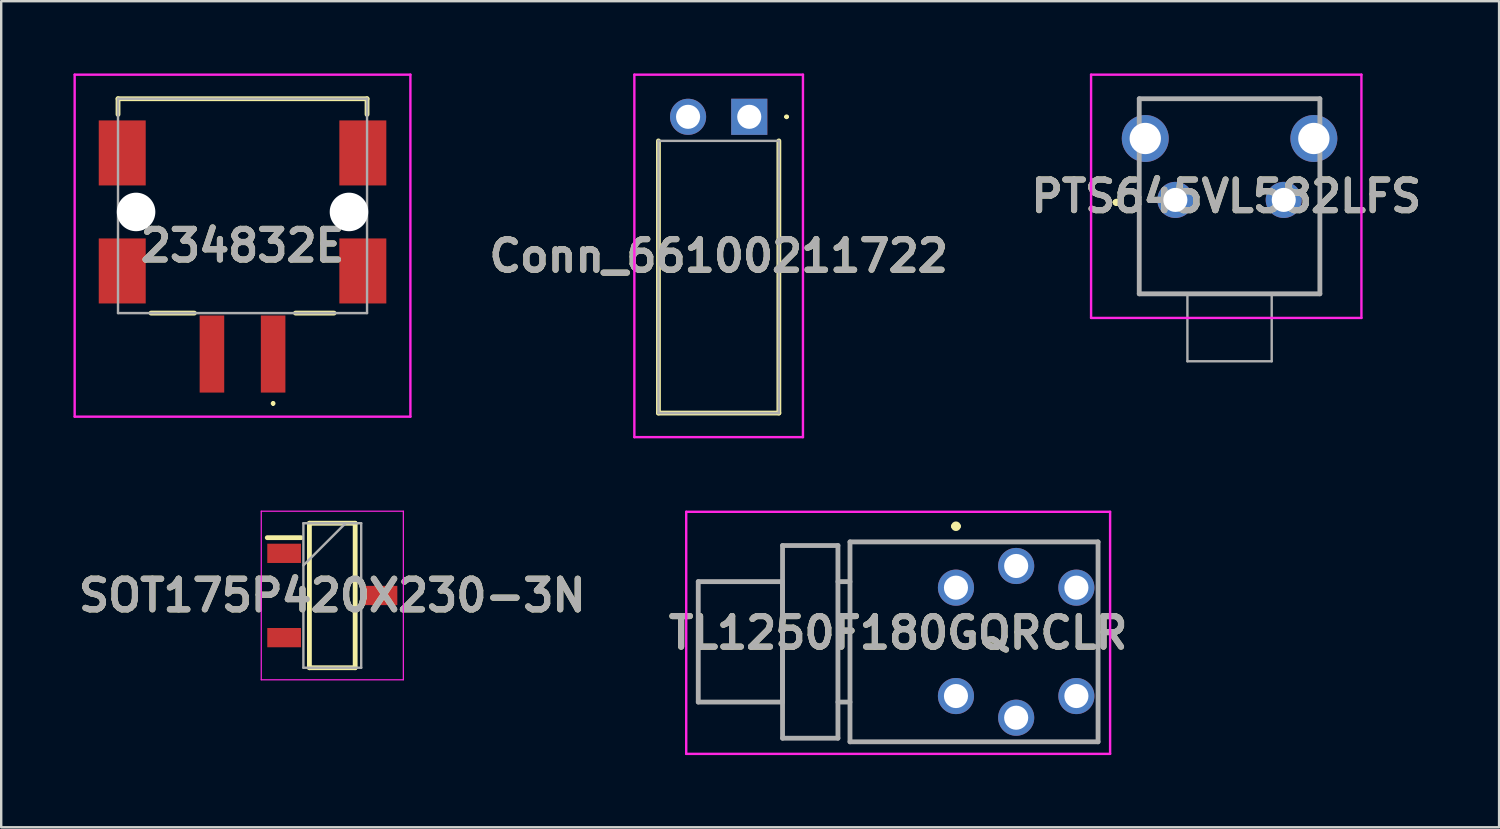
<source format=kicad_pcb>
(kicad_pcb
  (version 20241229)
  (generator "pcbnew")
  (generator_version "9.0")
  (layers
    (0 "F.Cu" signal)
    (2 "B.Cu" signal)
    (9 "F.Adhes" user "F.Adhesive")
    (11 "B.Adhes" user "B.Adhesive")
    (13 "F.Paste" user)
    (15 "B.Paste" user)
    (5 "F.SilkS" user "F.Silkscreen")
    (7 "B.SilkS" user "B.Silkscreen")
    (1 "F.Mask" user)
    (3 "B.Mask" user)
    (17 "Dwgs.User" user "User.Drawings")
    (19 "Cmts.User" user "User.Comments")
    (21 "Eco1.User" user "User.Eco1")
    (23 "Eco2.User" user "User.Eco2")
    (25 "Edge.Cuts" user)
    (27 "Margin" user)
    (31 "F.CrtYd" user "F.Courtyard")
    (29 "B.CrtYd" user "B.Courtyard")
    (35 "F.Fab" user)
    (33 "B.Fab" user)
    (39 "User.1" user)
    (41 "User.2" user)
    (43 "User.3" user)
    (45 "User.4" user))
  (footprint "PTS645VL582LFS"
    (layer "F.Cu")
    (at 45.752 5.25)
    (property "Reference" "PTS645VL582LFS" (at 2.113 -0.15 180) (layer "F.SilkS") (effects (font (size 1.27 1.27) (thickness 0.254))))
    (attr through_hole)
    (fp_line (start -2.5 0.1) (end -2.5 0.1) (stroke (width 0.2) (type solid)) (layer "F.SilkS"))
    (fp_line (start -2.5 0.1) (end -2.5 0.1) (stroke (width 0.2) (type solid)) (layer "F.SilkS"))
    (fp_line (start -2.4 0.1) (end -2.4 0.1) (stroke (width 0.2) (type solid)) (layer "F.SilkS"))
    (fp_line (start -1.5 -4.2) (end -1.5 -4.2) (stroke (width 0.1) (type solid)) (layer "F.SilkS"))
    (fp_line (start -1.5 -4.2) (end 6 -4.2) (stroke (width 0.1) (type solid)) (layer "F.SilkS"))
    (fp_line (start -1.5 -1) (end -1.5 -1) (stroke (width 0.1) (type solid)) (layer "F.SilkS"))
    (fp_line (start -1.5 -1) (end -1.5 3.9) (stroke (width 0.1) (type solid)) (layer "F.SilkS"))
    (fp_line (start -1.5 3.9) (end -1.5 -1) (stroke (width 0.1) (type solid)) (layer "F.SilkS"))
    (fp_line (start -1.5 3.9) (end -1.5 3.9) (stroke (width 0.1) (type solid)) (layer "F.SilkS"))
    (fp_line (start -1.5 3.9) (end -1.5 3.9) (stroke (width 0.1) (type solid)) (layer "F.SilkS"))
    (fp_line (start -1.5 3.9) (end 6 3.9) (stroke (width 0.1) (type solid)) (layer "F.SilkS"))
    (fp_line (start 6 -4.2) (end -1.5 -4.2) (stroke (width 0.1) (type solid)) (layer "F.SilkS"))
    (fp_line (start 6 -4.2) (end 6 -4.2) (stroke (width 0.1) (type solid)) (layer "F.SilkS"))
    (fp_line (start 6 -1) (end 6 -1) (stroke (width 0.1) (type solid)) (layer "F.SilkS"))
    (fp_line (start 6 -1) (end 6 3.75) (stroke (width 0.1) (type solid)) (layer "F.SilkS"))
    (fp_line (start 6 3.75) (end 6 -1) (stroke (width 0.1) (type solid)) (layer "F.SilkS"))
    (fp_line (start 6 3.75) (end 6 3.75) (stroke (width 0.1) (type solid)) (layer "F.SilkS"))
    (fp_line (start 6 3.9) (end -1.5 3.9) (stroke (width 0.1) (type solid)) (layer "F.SilkS"))
    (fp_line (start 6 3.9) (end 6 3.9) (stroke (width 0.1) (type solid)) (layer "F.SilkS"))
    (fp_arc (start -2.5 0.1) (mid -2.45 0.05) (end -2.4 0.1) (stroke (width 0.2) (type solid)) (layer "F.SilkS"))
    (fp_arc (start -2.4 0.1) (mid -2.45 0.15) (end -2.5 0.1) (stroke (width 0.2) (type solid)) (layer "F.SilkS"))
    (fp_arc (start -2.4 0.1) (mid -2.45 0.15) (end -2.5 0.1) (stroke (width 0.2) (type solid)) (layer "F.SilkS"))
    (fp_line (start -3.5 -5.2) (end 7.725 -5.2) (stroke (width 0.1) (type solid)) (layer "F.CrtYd"))
    (fp_line (start -3.5 4.9) (end -3.5 -5.2) (stroke (width 0.1) (type solid)) (layer "F.CrtYd"))
    (fp_line (start 7.725 -5.2) (end 7.725 4.9) (stroke (width 0.1) (type solid)) (layer "F.CrtYd"))
    (fp_line (start 7.725 4.9) (end -3.5 4.9) (stroke (width 0.1) (type solid)) (layer "F.CrtYd"))
    (fp_line (start -1.5 -4.2) (end -1.5 3.9) (stroke (width 0.2) (type solid)) (layer "F.Fab"))
    (fp_line (start -1.5 3.9) (end 6 3.9) (stroke (width 0.2) (type solid)) (layer "F.Fab"))
    (fp_line (start 0.5 4) (end 0.5 6.7) (stroke (width 0.1) (type default)) (layer "F.Fab"))
    (fp_line (start 0.5 6.7) (end 4 6.7) (stroke (width 0.1) (type default)) (layer "F.Fab"))
    (fp_line (start 4 6.7) (end 4 4) (stroke (width 0.1) (type default)) (layer "F.Fab"))
    (fp_line (start 6 -4.2) (end -1.5 -4.2) (stroke (width 0.2) (type solid)) (layer "F.Fab"))
    (fp_line (start 6 3.9) (end 6 -4.2) (stroke (width 0.2) (type solid)) (layer "F.Fab"))
    (fp_text user "${REFERENCE}" (at 2.113 -0.15 180) (layer "F.Fab") (effects (font (size 1.27 1.27) (thickness 0.254))))
    (pad "1" thru_hole circle (at 0 0) (size 1.5 1.5) (drill 1) (layers "*.Cu" "*.Mask"))
    (pad "2" thru_hole circle (at 4.5 0) (size 1.5 1.5) (drill 1) (layers "*.Cu" "*.Mask"))
    (pad "MH1" thru_hole circle (at -1.25 -2.55) (size 1.95 1.95) (drill 1.3) (layers "*.Cu" "*.Mask"))
    (pad "MH2" thru_hole circle (at 5.75 -2.55) (size 1.95 1.95) (drill 1.3) (layers "*.Cu" "*.Mask")))
  (footprint "Conn_66100211722"
    (layer "F.Cu")
    (at 28.059 1.8)
    (property "Reference" "Conn_66100211722" (at -1.27 5.775 0) (layer "F.SilkS") (effects (font (size 1.27 1.27) (thickness 0.254))))
    (attr through_hole)
    (fp_line (start -3.77 12.3) (end -3.77 1) (stroke (width 0.2) (type solid)) (layer "F.SilkS"))
    (fp_line (start 1.23 1) (end 1.23 12.3) (stroke (width 0.2) (type solid)) (layer "F.SilkS"))
    (fp_line (start 1.23 12.3) (end -3.77 12.3) (stroke (width 0.2) (type solid)) (layer "F.SilkS"))
    (fp_line (start 1.5 0) (end 1.5 0) (stroke (width 0.1) (type solid)) (layer "F.SilkS"))
    (fp_line (start 1.6 0) (end 1.6 0) (stroke (width 0.1) (type solid)) (layer "F.SilkS"))
    (fp_arc (start 1.5 0) (mid 1.55 -0.05) (end 1.6 0) (stroke (width 0.1) (type solid)) (layer "F.SilkS"))
    (fp_arc (start 1.6 0) (mid 1.55 0.05) (end 1.5 0) (stroke (width 0.1) (type solid)) (layer "F.SilkS"))
    (fp_line (start -4.77 -1.75) (end -4.77 13.3) (stroke (width 0.1) (type solid)) (layer "F.CrtYd"))
    (fp_line (start -4.77 13.3) (end 2.23 13.3) (stroke (width 0.1) (type solid)) (layer "F.CrtYd"))
    (fp_line (start 2.23 -1.75) (end -4.77 -1.75) (stroke (width 0.1) (type solid)) (layer "F.CrtYd"))
    (fp_line (start 2.23 13.3) (end 2.23 -1.75) (stroke (width 0.1) (type solid)) (layer "F.CrtYd"))
    (fp_line (start -3.77 1) (end 1.23 1) (stroke (width 0.1) (type solid)) (layer "F.Fab"))
    (fp_line (start -3.77 12.3) (end -3.77 1) (stroke (width 0.1) (type solid)) (layer "F.Fab"))
    (fp_line (start 1.23 1) (end 1.23 12.3) (stroke (width 0.1) (type solid)) (layer "F.Fab"))
    (fp_line (start 1.23 12.3) (end -3.77 12.3) (stroke (width 0.1) (type solid)) (layer "F.Fab"))
    (fp_text user "${REFERENCE}" (at -1.27 5.775 0) (layer "F.Fab") (effects (font (size 1.27 1.27) (thickness 0.254))))
    (pad "1" thru_hole rect (at 0 0) (size 1.5 1.5) (drill 1) (layers "*.Cu" "*.Mask"))
    (pad "2" thru_hole circle (at -2.54 0) (size 1.5 1.5) (drill 1) (layers "*.Cu" "*.Mask")))
  (footprint "234832E"
    (layer "F.Cu")
    (at 7.02 5.5)
    (property "Reference" "234832E" (at 0 1.65 0) (layer "F.SilkS") (effects (font (size 1.27 1.27) (thickness 0.254))))
    (attr through_hole)
    (fp_line (start -5.17 -4.45) (end 5.17 -4.45) (stroke (width 0.2) (type solid)) (layer "F.SilkS"))
    (fp_line (start -5.17 -3.8) (end -5.17 -4.45) (stroke (width 0.2) (type solid)) (layer "F.SilkS"))
    (fp_line (start -2 4.45) (end -3.8 4.45) (stroke (width 0.2) (type solid)) (layer "F.SilkS"))
    (fp_line (start 1.27 8.15) (end 1.27 8.15) (stroke (width 0.1) (type solid)) (layer "F.SilkS"))
    (fp_line (start 1.27 8.25) (end 1.27 8.25) (stroke (width 0.1) (type solid)) (layer "F.SilkS"))
    (fp_line (start 3.8 4.45) (end 2.2 4.45) (stroke (width 0.2) (type solid)) (layer "F.SilkS"))
    (fp_line (start 5.17 -4.45) (end 5.17 -3.8) (stroke (width 0.2) (type solid)) (layer "F.SilkS"))
    (fp_arc (start 1.27 8.15) (mid 1.32 8.2) (end 1.27 8.25) (stroke (width 0.1) (type solid)) (layer "F.SilkS"))
    (fp_arc (start 1.27 8.25) (mid 1.22 8.2) (end 1.27 8.15) (stroke (width 0.1) (type solid)) (layer "F.SilkS"))
    (fp_line (start -6.97 -5.45) (end 6.97 -5.45) (stroke (width 0.1) (type solid)) (layer "F.CrtYd"))
    (fp_line (start -6.97 8.75) (end -6.97 -5.45) (stroke (width 0.1) (type solid)) (layer "F.CrtYd"))
    (fp_line (start 6.97 -5.45) (end 6.97 8.75) (stroke (width 0.1) (type solid)) (layer "F.CrtYd"))
    (fp_line (start 6.97 8.75) (end -6.97 8.75) (stroke (width 0.1) (type solid)) (layer "F.CrtYd"))
    (fp_line (start -5.17 -4.45) (end 5.17 -4.45) (stroke (width 0.1) (type solid)) (layer "F.Fab"))
    (fp_line (start -5.17 4.45) (end -5.17 -4.45) (stroke (width 0.1) (type solid)) (layer "F.Fab"))
    (fp_line (start 5.17 -4.45) (end 5.17 4.45) (stroke (width 0.1) (type solid)) (layer "F.Fab"))
    (fp_line (start 5.17 4.45) (end -5.17 4.45) (stroke (width 0.1) (type solid)) (layer "F.Fab"))
    (fp_text user "${REFERENCE}" (at 0 1.65 0) (layer "F.Fab") (effects (font (size 1.27 1.27) (thickness 0.254))))
    (pad "" np_thru_hole circle (at -4.42 0.25) (size 1.6 1.6) (drill 1.6) (layers "*.Cu" "*.Mask"))
    (pad "" np_thru_hole circle (at 4.42 0.25) (size 1.6 1.6) (drill 1.6) (layers "*.Cu" "*.Mask"))
    (pad "1" smd rect (at 1.27 6.15) (size 1.02 3.2) (layers "F.Cu" "F.Mask" "F.Paste"))
    (pad "2" smd rect (at -1.27 6.15) (size 1.02 3.2) (layers "F.Cu" "F.Mask" "F.Paste"))
    (pad "MP1" smd rect (at 4.995 2.7) (size 1.95 2.7) (layers "F.Cu" "F.Mask" "F.Paste"))
    (pad "MP2" smd rect (at 4.995 -2.2) (size 1.95 2.7) (layers "F.Cu" "F.Mask" "F.Paste"))
    (pad "MP3" smd rect (at -4.995 2.7) (size 1.95 2.7) (layers "F.Cu" "F.Mask" "F.Paste"))
    (pad "MP4" smd rect (at -4.995 -2.2) (size 1.95 2.7) (layers "F.Cu" "F.Mask" "F.Paste")))
  (footprint "SOT175P420X230-3N"
    (layer "F.Cu")
    (at 10.747 21.675)
    (property "Reference" "SOT175P420X230-3N" (at 0 0 0) (layer "F.SilkS") (effects (font (size 1.27 1.27) (thickness 0.254))))
    (attr smd)
    (fp_line (start -2.7 -2.4) (end -1.3 -2.4) (stroke (width 0.2) (type solid)) (layer "F.SilkS"))
    (fp_line (start -0.95 -3) (end 0.95 -3) (stroke (width 0.2) (type solid)) (layer "F.SilkS"))
    (fp_line (start -0.95 3) (end -0.95 -3) (stroke (width 0.2) (type solid)) (layer "F.SilkS"))
    (fp_line (start 0.95 -3) (end 0.95 3) (stroke (width 0.2) (type solid)) (layer "F.SilkS"))
    (fp_line (start 0.95 3) (end -0.95 3) (stroke (width 0.2) (type solid)) (layer "F.SilkS"))
    (fp_line (start -2.95 -3.5) (end 2.95 -3.5) (stroke (width 0.05) (type solid)) (layer "F.CrtYd"))
    (fp_line (start -2.95 3.5) (end -2.95 -3.5) (stroke (width 0.05) (type solid)) (layer "F.CrtYd"))
    (fp_line (start 2.95 -3.5) (end 2.95 3.5) (stroke (width 0.05) (type solid)) (layer "F.CrtYd"))
    (fp_line (start 2.95 3.5) (end -2.95 3.5) (stroke (width 0.05) (type solid)) (layer "F.CrtYd"))
    (fp_line (start -1.2 -3) (end 1.2 -3) (stroke (width 0.1) (type solid)) (layer "F.Fab"))
    (fp_line (start -1.2 -1.25) (end 0.55 -3) (stroke (width 0.1) (type solid)) (layer "F.Fab"))
    (fp_line (start -1.2 3) (end -1.2 -3) (stroke (width 0.1) (type solid)) (layer "F.Fab"))
    (fp_line (start 1.2 -3) (end 1.2 3) (stroke (width 0.1) (type solid)) (layer "F.Fab"))
    (fp_line (start 1.2 3) (end -1.2 3) (stroke (width 0.1) (type solid)) (layer "F.Fab"))
    (fp_text user "${REFERENCE}" (at 0 0 0) (layer "F.Fab") (effects (font (size 1.27 1.27) (thickness 0.254))))
    (pad "1" smd rect (at -2 -1.75 90) (size 0.8 1.4) (layers "F.Cu" "F.Mask" "F.Paste"))
    (pad "2" smd rect (at 2 0 90) (size 0.8 1.4) (layers "F.Cu" "F.Mask" "F.Paste"))
    (pad "3" smd rect (at -2 1.75 90) (size 0.8 1.4) (layers "F.Cu" "F.Mask" "F.Paste")))
  (footprint "TL1250F180GQRCLR"
    (layer "F.Cu")
    (at 36.642 21.35)
    (property "Reference" "TL1250F180GQRCLR" (at -2.4 1.875 0) (layer "F.SilkS") (effects (font (size 1.27 1.27) (thickness 0.254))))
    (attr through_hole)
    (fp_line (start -4.4 -1.9) (end -4.4 6.4) (stroke (width 0.1) (type solid)) (layer "F.SilkS"))
    (fp_line (start -4.4 6.4) (end 1.8 6.4) (stroke (width 0.1) (type solid)) (layer "F.SilkS"))
    (fp_line (start -0.1 -2.55) (end -0.1 -2.55) (stroke (width 0.2) (type solid)) (layer "F.SilkS"))
    (fp_line (start 0.1 -2.55) (end 0.1 -2.55) (stroke (width 0.2) (type solid)) (layer "F.SilkS"))
    (fp_line (start 1.8 -1.9) (end -4.4 -1.9) (stroke (width 0.1) (type solid)) (layer "F.SilkS"))
    (fp_line (start 3.3 -1.9) (end 5.9 -1.9) (stroke (width 0.1) (type solid)) (layer "F.SilkS"))
    (fp_line (start 3.3 6.4) (end 5.9 6.4) (stroke (width 0.1) (type solid)) (layer "F.SilkS"))
    (fp_line (start 5.9 -1.9) (end 5.9 -0.75) (stroke (width 0.1) (type solid)) (layer "F.SilkS"))
    (fp_line (start 5.9 0.75) (end 5.9 3.75) (stroke (width 0.1) (type solid)) (layer "F.SilkS"))
    (fp_line (start 5.9 6.4) (end 5.9 5.25) (stroke (width 0.1) (type solid)) (layer "F.SilkS"))
    (fp_arc (start -0.1 -2.55) (mid 0 -2.65) (end 0.1 -2.55) (stroke (width 0.2) (type solid)) (layer "F.SilkS"))
    (fp_arc (start 0.1 -2.55) (mid 0 -2.45) (end -0.1 -2.55) (stroke (width 0.2) (type solid)) (layer "F.SilkS"))
    (fp_line (start -11.2 -3.15) (end 6.4 -3.15) (stroke (width 0.1) (type solid)) (layer "F.CrtYd"))
    (fp_line (start -11.2 6.9) (end -11.2 -3.15) (stroke (width 0.1) (type solid)) (layer "F.CrtYd"))
    (fp_line (start 6.4 -3.15) (end 6.4 6.9) (stroke (width 0.1) (type solid)) (layer "F.CrtYd"))
    (fp_line (start 6.4 6.9) (end -11.2 6.9) (stroke (width 0.1) (type solid)) (layer "F.CrtYd"))
    (fp_line (start -10.7 -0.25) (end -7.2 -0.25) (stroke (width 0.2) (type solid)) (layer "F.Fab"))
    (fp_line (start -10.7 4.75) (end -10.7 -0.25) (stroke (width 0.2) (type solid)) (layer "F.Fab"))
    (fp_line (start -7.2 -1.75) (end -4.9 -1.75) (stroke (width 0.2) (type solid)) (layer "F.Fab"))
    (fp_line (start -7.2 -0.25) (end -7.2 4.75) (stroke (width 0.2) (type solid)) (layer "F.Fab"))
    (fp_line (start -7.2 4.75) (end -10.7 4.75) (stroke (width 0.2) (type solid)) (layer "F.Fab"))
    (fp_line (start -7.2 6.25) (end -7.2 -1.75) (stroke (width 0.2) (type solid)) (layer "F.Fab"))
    (fp_line (start -4.9 -1.75) (end -4.9 6.25) (stroke (width 0.2) (type solid)) (layer "F.Fab"))
    (fp_line (start -4.9 -0.25) (end -4.4 -0.25) (stroke (width 0.2) (type solid)) (layer "F.Fab"))
    (fp_line (start -4.9 4.75) (end -4.4 4.75) (stroke (width 0.2) (type solid)) (layer "F.Fab"))
    (fp_line (start -4.9 6.25) (end -7.2 6.25) (stroke (width 0.2) (type solid)) (layer "F.Fab"))
    (fp_line (start -4.4 -1.9) (end 5.9 -1.9) (stroke (width 0.2) (type solid)) (layer "F.Fab"))
    (fp_line (start -4.4 6.4) (end -4.4 -1.9) (stroke (width 0.2) (type solid)) (layer "F.Fab"))
    (fp_line (start 5.9 -1.9) (end 5.9 6.4) (stroke (width 0.2) (type solid)) (layer "F.Fab"))
    (fp_line (start 5.9 6.4) (end -4.4 6.4) (stroke (width 0.2) (type solid)) (layer "F.Fab"))
    (fp_text user "${REFERENCE}" (at -2.4 1.875 0) (layer "F.Fab") (effects (font (size 1.27 1.27) (thickness 0.254))))
    (pad "1" thru_hole circle (at 0 0) (size 1.5 1.5) (drill 1) (layers "*.Cu" "*.Mask"))
    (pad "2" thru_hole circle (at 5 0) (size 1.5 1.5) (drill 1) (layers "*.Cu" "*.Mask"))
    (pad "3" thru_hole circle (at 0 4.5) (size 1.5 1.5) (drill 1) (layers "*.Cu" "*.Mask"))
    (pad "4" thru_hole circle (at 5 4.5) (size 1.5 1.5) (drill 1) (layers "*.Cu" "*.Mask"))
    (pad "5" thru_hole circle (at 2.5 -0.9) (size 1.5 1.5) (drill 1) (layers "*.Cu" "*.Mask"))
    (pad "6" thru_hole circle (at 2.5 5.4) (size 1.5 1.5) (drill 1) (layers "*.Cu" "*.Mask")))
  (gr_rect
    (start -3 -3)
    (end 59.193 31.3)
    (stroke (width 0.1) (type default))
    (fill no)
    (layer "Edge.Cuts")))
</source>
